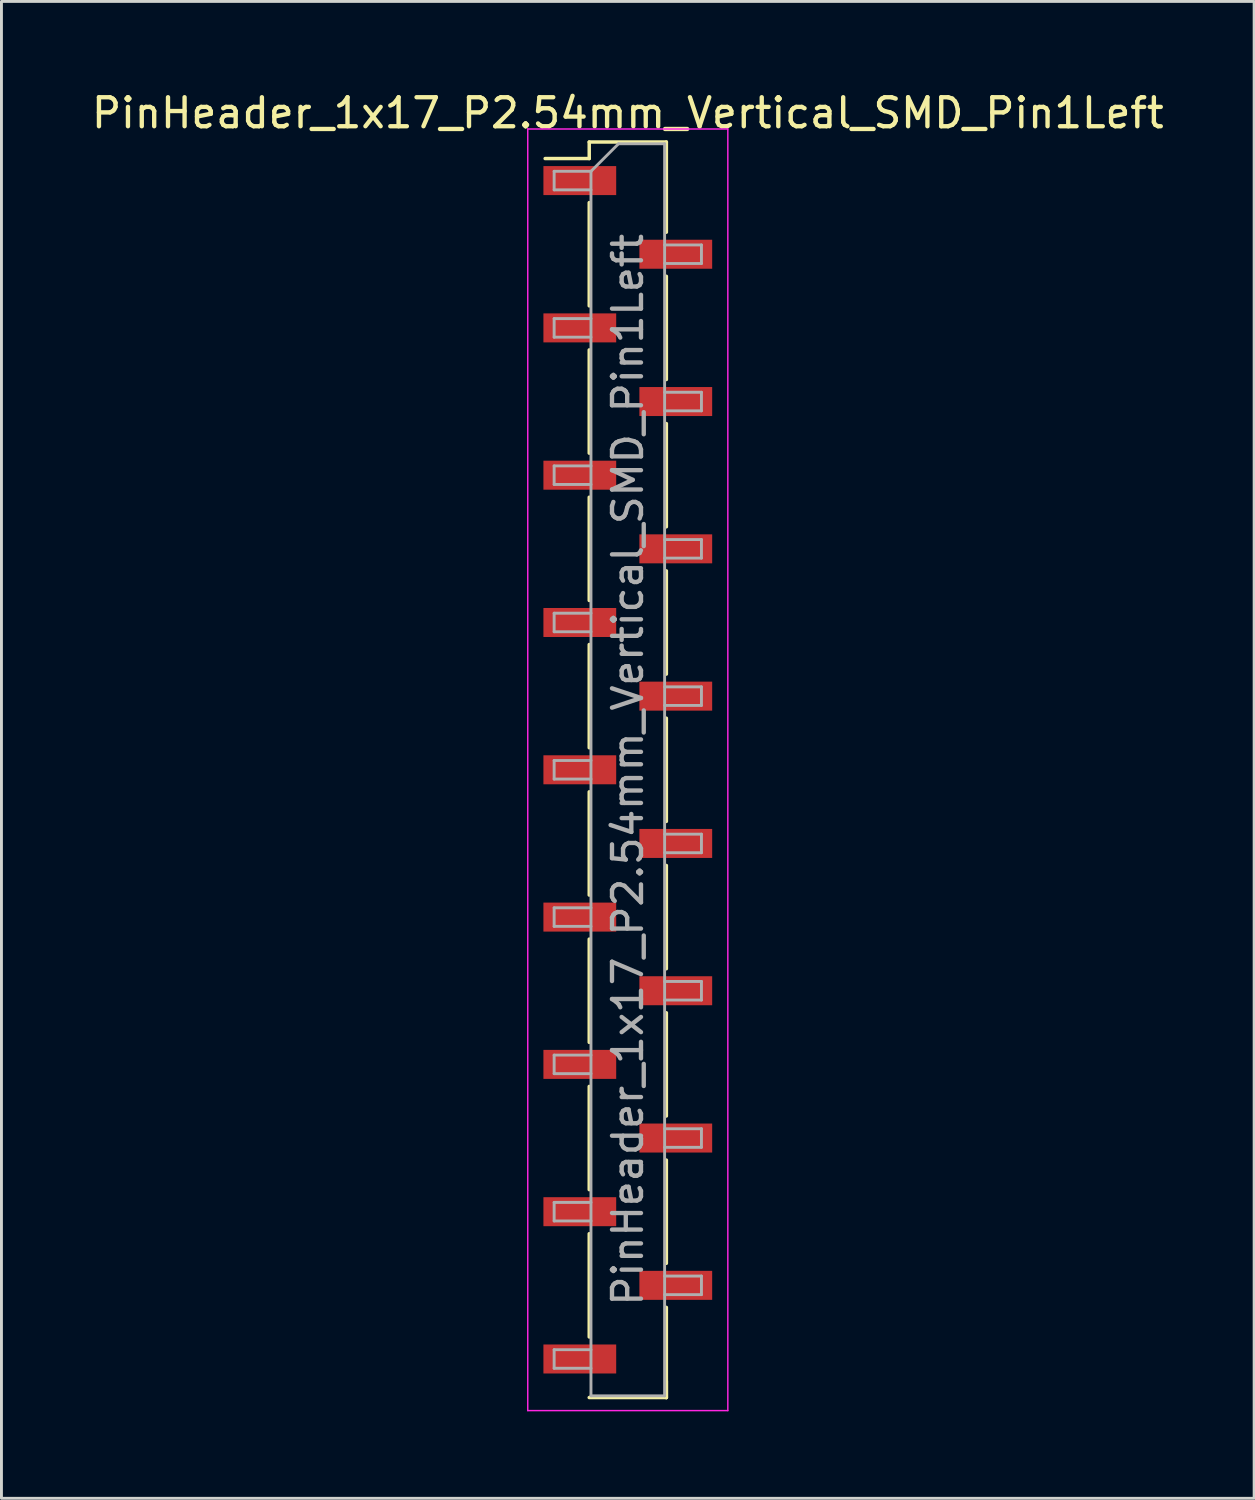
<source format=kicad_pcb>
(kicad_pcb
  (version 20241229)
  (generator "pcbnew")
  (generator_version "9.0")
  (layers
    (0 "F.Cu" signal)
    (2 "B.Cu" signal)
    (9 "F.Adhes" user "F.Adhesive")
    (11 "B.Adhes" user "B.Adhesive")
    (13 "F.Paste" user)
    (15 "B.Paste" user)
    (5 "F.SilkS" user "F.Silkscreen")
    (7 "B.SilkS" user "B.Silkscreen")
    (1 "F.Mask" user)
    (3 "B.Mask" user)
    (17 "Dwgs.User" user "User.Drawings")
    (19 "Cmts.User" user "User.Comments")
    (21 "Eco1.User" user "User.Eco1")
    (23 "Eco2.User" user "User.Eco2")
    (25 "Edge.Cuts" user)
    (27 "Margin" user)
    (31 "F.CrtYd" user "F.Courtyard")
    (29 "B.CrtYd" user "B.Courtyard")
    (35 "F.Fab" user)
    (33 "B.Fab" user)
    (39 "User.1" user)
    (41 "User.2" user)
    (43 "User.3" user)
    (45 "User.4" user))
  (footprint "PinHeader_1x17_P2.54mm_Vertical_SMD_Pin1Left"
    (layer "F.Cu")
    (at 18.601 23.498)
    (property "Reference" "PinHeader_1x17_P2.54mm_Vertical_SMD_Pin1Left" (at 0 -22.65 0) (layer "F.SilkS") (effects (font (size 1 1) (thickness 0.15))))
    (attr smd)
    (fp_line (start -1.33 -21.65) (end -1.33 -21.08) (stroke (width 0.12) (type solid)) (layer "F.SilkS"))
    (fp_line (start -1.33 -21.65) (end 1.33 -21.65) (stroke (width 0.12) (type solid)) (layer "F.SilkS"))
    (fp_line (start -1.33 -21.08) (end -2.85 -21.08) (stroke (width 0.12) (type solid)) (layer "F.SilkS"))
    (fp_line (start -1.33 -19.56) (end -1.33 -16) (stroke (width 0.12) (type solid)) (layer "F.SilkS"))
    (fp_line (start -1.33 -14.48) (end -1.33 -10.92) (stroke (width 0.12) (type solid)) (layer "F.SilkS"))
    (fp_line (start -1.33 -9.4) (end -1.33 -5.84) (stroke (width 0.12) (type solid)) (layer "F.SilkS"))
    (fp_line (start -1.33 -4.32) (end -1.33 -0.76) (stroke (width 0.12) (type solid)) (layer "F.SilkS"))
    (fp_line (start -1.33 0.76) (end -1.33 4.32) (stroke (width 0.12) (type solid)) (layer "F.SilkS"))
    (fp_line (start -1.33 5.84) (end -1.33 9.4) (stroke (width 0.12) (type solid)) (layer "F.SilkS"))
    (fp_line (start -1.33 10.92) (end -1.33 14.48) (stroke (width 0.12) (type solid)) (layer "F.SilkS"))
    (fp_line (start -1.33 16) (end -1.33 19.56) (stroke (width 0.12) (type solid)) (layer "F.SilkS"))
    (fp_line (start -1.33 21.65) (end 1.33 21.65) (stroke (width 0.12) (type solid)) (layer "F.SilkS"))
    (fp_line (start 1.33 -21.65) (end 1.33 -18.54) (stroke (width 0.12) (type solid)) (layer "F.SilkS"))
    (fp_line (start 1.33 -17.02) (end 1.33 -13.46) (stroke (width 0.12) (type solid)) (layer "F.SilkS"))
    (fp_line (start 1.33 -11.94) (end 1.33 -8.38) (stroke (width 0.12) (type solid)) (layer "F.SilkS"))
    (fp_line (start 1.33 -6.86) (end 1.33 -3.3) (stroke (width 0.12) (type solid)) (layer "F.SilkS"))
    (fp_line (start 1.33 -1.78) (end 1.33 1.78) (stroke (width 0.12) (type solid)) (layer "F.SilkS"))
    (fp_line (start 1.33 3.3) (end 1.33 6.86) (stroke (width 0.12) (type solid)) (layer "F.SilkS"))
    (fp_line (start 1.33 8.38) (end 1.33 11.94) (stroke (width 0.12) (type solid)) (layer "F.SilkS"))
    (fp_line (start 1.33 13.46) (end 1.33 17.02) (stroke (width 0.12) (type solid)) (layer "F.SilkS"))
    (fp_line (start 1.33 18.54) (end 1.33 21.65) (stroke (width 0.12) (type solid)) (layer "F.SilkS"))
    (fp_line (start 1.33 21.08) (end 1.33 21.65) (stroke (width 0.12) (type solid)) (layer "F.SilkS"))
    (fp_line (start -3.45 -22.1) (end -3.45 22.1) (stroke (width 0.05) (type solid)) (layer "F.CrtYd"))
    (fp_line (start -3.45 22.1) (end 3.45 22.1) (stroke (width 0.05) (type solid)) (layer "F.CrtYd"))
    (fp_line (start 3.45 -22.1) (end -3.45 -22.1) (stroke (width 0.05) (type solid)) (layer "F.CrtYd"))
    (fp_line (start 3.45 22.1) (end 3.45 -22.1) (stroke (width 0.05) (type solid)) (layer "F.CrtYd"))
    (fp_line (start -2.54 -20.64) (end -2.54 -20) (stroke (width 0.1) (type solid)) (layer "F.Fab"))
    (fp_line (start -2.54 -20) (end -1.27 -20) (stroke (width 0.1) (type solid)) (layer "F.Fab"))
    (fp_line (start -2.54 -15.56) (end -2.54 -14.92) (stroke (width 0.1) (type solid)) (layer "F.Fab"))
    (fp_line (start -2.54 -14.92) (end -1.27 -14.92) (stroke (width 0.1) (type solid)) (layer "F.Fab"))
    (fp_line (start -2.54 -10.48) (end -2.54 -9.84) (stroke (width 0.1) (type solid)) (layer "F.Fab"))
    (fp_line (start -2.54 -9.84) (end -1.27 -9.84) (stroke (width 0.1) (type solid)) (layer "F.Fab"))
    (fp_line (start -2.54 -5.4) (end -2.54 -4.76) (stroke (width 0.1) (type solid)) (layer "F.Fab"))
    (fp_line (start -2.54 -4.76) (end -1.27 -4.76) (stroke (width 0.1) (type solid)) (layer "F.Fab"))
    (fp_line (start -2.54 -0.32) (end -2.54 0.32) (stroke (width 0.1) (type solid)) (layer "F.Fab"))
    (fp_line (start -2.54 0.32) (end -1.27 0.32) (stroke (width 0.1) (type solid)) (layer "F.Fab"))
    (fp_line (start -2.54 4.76) (end -2.54 5.4) (stroke (width 0.1) (type solid)) (layer "F.Fab"))
    (fp_line (start -2.54 5.4) (end -1.27 5.4) (stroke (width 0.1) (type solid)) (layer "F.Fab"))
    (fp_line (start -2.54 9.84) (end -2.54 10.48) (stroke (width 0.1) (type solid)) (layer "F.Fab"))
    (fp_line (start -2.54 10.48) (end -1.27 10.48) (stroke (width 0.1) (type solid)) (layer "F.Fab"))
    (fp_line (start -2.54 14.92) (end -2.54 15.56) (stroke (width 0.1) (type solid)) (layer "F.Fab"))
    (fp_line (start -2.54 15.56) (end -1.27 15.56) (stroke (width 0.1) (type solid)) (layer "F.Fab"))
    (fp_line (start -2.54 20) (end -2.54 20.64) (stroke (width 0.1) (type solid)) (layer "F.Fab"))
    (fp_line (start -2.54 20.64) (end -1.27 20.64) (stroke (width 0.1) (type solid)) (layer "F.Fab"))
    (fp_line (start -1.27 -20.64) (end -2.54 -20.64) (stroke (width 0.1) (type solid)) (layer "F.Fab"))
    (fp_line (start -1.27 -20.64) (end -0.32 -21.59) (stroke (width 0.1) (type solid)) (layer "F.Fab"))
    (fp_line (start -1.27 -15.56) (end -2.54 -15.56) (stroke (width 0.1) (type solid)) (layer "F.Fab"))
    (fp_line (start -1.27 -10.48) (end -2.54 -10.48) (stroke (width 0.1) (type solid)) (layer "F.Fab"))
    (fp_line (start -1.27 -5.4) (end -2.54 -5.4) (stroke (width 0.1) (type solid)) (layer "F.Fab"))
    (fp_line (start -1.27 -0.32) (end -2.54 -0.32) (stroke (width 0.1) (type solid)) (layer "F.Fab"))
    (fp_line (start -1.27 4.76) (end -2.54 4.76) (stroke (width 0.1) (type solid)) (layer "F.Fab"))
    (fp_line (start -1.27 9.84) (end -2.54 9.84) (stroke (width 0.1) (type solid)) (layer "F.Fab"))
    (fp_line (start -1.27 14.92) (end -2.54 14.92) (stroke (width 0.1) (type solid)) (layer "F.Fab"))
    (fp_line (start -1.27 20) (end -2.54 20) (stroke (width 0.1) (type solid)) (layer "F.Fab"))
    (fp_line (start -1.27 21.59) (end -1.27 -20.64) (stroke (width 0.1) (type solid)) (layer "F.Fab"))
    (fp_line (start -0.32 -21.59) (end 1.27 -21.59) (stroke (width 0.1) (type solid)) (layer "F.Fab"))
    (fp_line (start 1.27 -21.59) (end 1.27 21.59) (stroke (width 0.1) (type solid)) (layer "F.Fab"))
    (fp_line (start 1.27 -18.1) (end 2.54 -18.1) (stroke (width 0.1) (type solid)) (layer "F.Fab"))
    (fp_line (start 1.27 -13.02) (end 2.54 -13.02) (stroke (width 0.1) (type solid)) (layer "F.Fab"))
    (fp_line (start 1.27 -7.94) (end 2.54 -7.94) (stroke (width 0.1) (type solid)) (layer "F.Fab"))
    (fp_line (start 1.27 -2.86) (end 2.54 -2.86) (stroke (width 0.1) (type solid)) (layer "F.Fab"))
    (fp_line (start 1.27 2.22) (end 2.54 2.22) (stroke (width 0.1) (type solid)) (layer "F.Fab"))
    (fp_line (start 1.27 7.3) (end 2.54 7.3) (stroke (width 0.1) (type solid)) (layer "F.Fab"))
    (fp_line (start 1.27 12.38) (end 2.54 12.38) (stroke (width 0.1) (type solid)) (layer "F.Fab"))
    (fp_line (start 1.27 17.46) (end 2.54 17.46) (stroke (width 0.1) (type solid)) (layer "F.Fab"))
    (fp_line (start 1.27 21.59) (end -1.27 21.59) (stroke (width 0.1) (type solid)) (layer "F.Fab"))
    (fp_line (start 2.54 -18.1) (end 2.54 -17.46) (stroke (width 0.1) (type solid)) (layer "F.Fab"))
    (fp_line (start 2.54 -17.46) (end 1.27 -17.46) (stroke (width 0.1) (type solid)) (layer "F.Fab"))
    (fp_line (start 2.54 -13.02) (end 2.54 -12.38) (stroke (width 0.1) (type solid)) (layer "F.Fab"))
    (fp_line (start 2.54 -12.38) (end 1.27 -12.38) (stroke (width 0.1) (type solid)) (layer "F.Fab"))
    (fp_line (start 2.54 -7.94) (end 2.54 -7.3) (stroke (width 0.1) (type solid)) (layer "F.Fab"))
    (fp_line (start 2.54 -7.3) (end 1.27 -7.3) (stroke (width 0.1) (type solid)) (layer "F.Fab"))
    (fp_line (start 2.54 -2.86) (end 2.54 -2.22) (stroke (width 0.1) (type solid)) (layer "F.Fab"))
    (fp_line (start 2.54 -2.22) (end 1.27 -2.22) (stroke (width 0.1) (type solid)) (layer "F.Fab"))
    (fp_line (start 2.54 2.22) (end 2.54 2.86) (stroke (width 0.1) (type solid)) (layer "F.Fab"))
    (fp_line (start 2.54 2.86) (end 1.27 2.86) (stroke (width 0.1) (type solid)) (layer "F.Fab"))
    (fp_line (start 2.54 7.3) (end 2.54 7.94) (stroke (width 0.1) (type solid)) (layer "F.Fab"))
    (fp_line (start 2.54 7.94) (end 1.27 7.94) (stroke (width 0.1) (type solid)) (layer "F.Fab"))
    (fp_line (start 2.54 12.38) (end 2.54 13.02) (stroke (width 0.1) (type solid)) (layer "F.Fab"))
    (fp_line (start 2.54 13.02) (end 1.27 13.02) (stroke (width 0.1) (type solid)) (layer "F.Fab"))
    (fp_line (start 2.54 17.46) (end 2.54 18.1) (stroke (width 0.1) (type solid)) (layer "F.Fab"))
    (fp_line (start 2.54 18.1) (end 1.27 18.1) (stroke (width 0.1) (type solid)) (layer "F.Fab"))
    (fp_text user "${REFERENCE}" (at 0 0 90) (layer "F.Fab") (effects (font (size 1 1) (thickness 0.15))))
    (pad "1" smd rect (at -1.655 -20.32) (size 2.51 1) (layers "F.Cu" "F.Mask" "F.Paste"))
    (pad "2" smd rect (at 1.655 -17.78) (size 2.51 1) (layers "F.Cu" "F.Mask" "F.Paste"))
    (pad "3" smd rect (at -1.655 -15.24) (size 2.51 1) (layers "F.Cu" "F.Mask" "F.Paste"))
    (pad "4" smd rect (at 1.655 -12.7) (size 2.51 1) (layers "F.Cu" "F.Mask" "F.Paste"))
    (pad "5" smd rect (at -1.655 -10.16) (size 2.51 1) (layers "F.Cu" "F.Mask" "F.Paste"))
    (pad "6" smd rect (at 1.655 -7.62) (size 2.51 1) (layers "F.Cu" "F.Mask" "F.Paste"))
    (pad "7" smd rect (at -1.655 -5.08) (size 2.51 1) (layers "F.Cu" "F.Mask" "F.Paste"))
    (pad "8" smd rect (at 1.655 -2.54) (size 2.51 1) (layers "F.Cu" "F.Mask" "F.Paste"))
    (pad "9" smd rect (at -1.655 0) (size 2.51 1) (layers "F.Cu" "F.Mask" "F.Paste"))
    (pad "10" smd rect (at 1.655 2.54) (size 2.51 1) (layers "F.Cu" "F.Mask" "F.Paste"))
    (pad "11" smd rect (at -1.655 5.08) (size 2.51 1) (layers "F.Cu" "F.Mask" "F.Paste"))
    (pad "12" smd rect (at 1.655 7.62) (size 2.51 1) (layers "F.Cu" "F.Mask" "F.Paste"))
    (pad "13" smd rect (at -1.655 10.16) (size 2.51 1) (layers "F.Cu" "F.Mask" "F.Paste"))
    (pad "14" smd rect (at 1.655 12.7) (size 2.51 1) (layers "F.Cu" "F.Mask" "F.Paste"))
    (pad "15" smd rect (at -1.655 15.24) (size 2.51 1) (layers "F.Cu" "F.Mask" "F.Paste"))
    (pad "16" smd rect (at 1.655 17.78) (size 2.51 1) (layers "F.Cu" "F.Mask" "F.Paste"))
    (pad "17" smd rect (at -1.655 20.32) (size 2.51 1) (layers "F.Cu" "F.Mask" "F.Paste")))
  (gr_rect
    (start -3 -3)
    (end 40.202 48.623)
    (stroke (width 0.1) (type default))
    (fill no)
    (layer "Edge.Cuts")))
</source>
